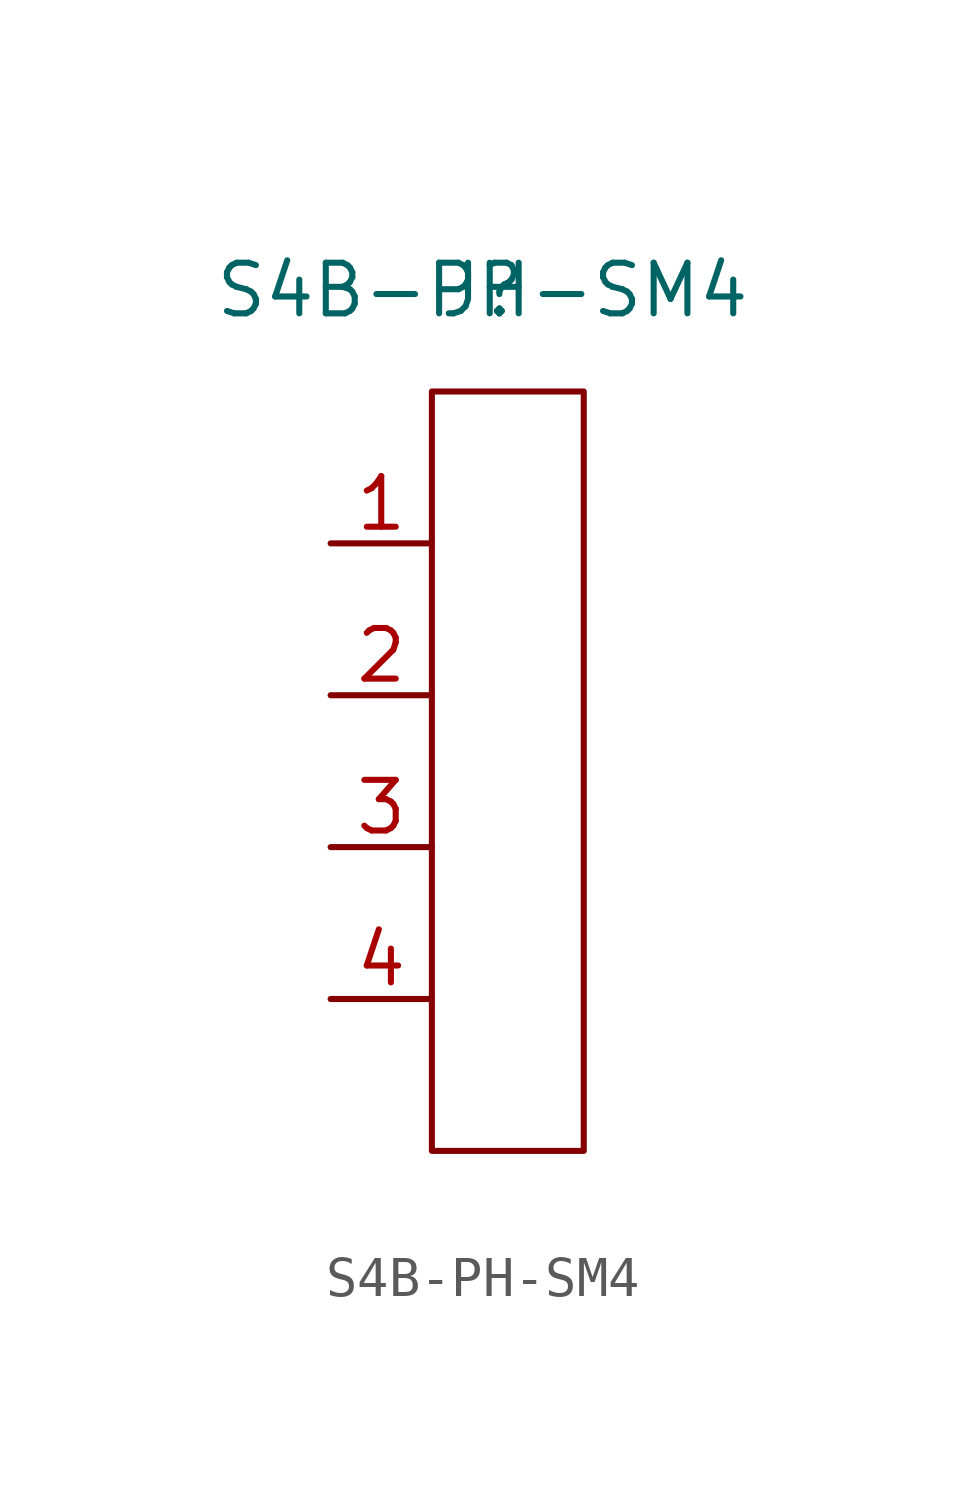
<source format=kicad_sym>
(kicad_symbol_lib
  (version 20211014)
  (generator kicad_symbol_editor)
  (symbol "S4B-PH-SM4"
    (property "Reference" "J"
      (at 0 0 0)
      (effects (font (size 1.27 1.27))))
    (property "Value" "S4B-PH-SM4"
      (at 0 0 0)
      (effects (font (size 1.27 1.27))))
    (symbol "S4B-PH-SM4_0_1"
      (rectangle (start -1.27 -2.54) (end 2.54 -21.59) (stroke (width 0.152) (type default) (color 0 0 0 0)) (fill (type none))))
    (symbol "S4B-PH-SM4_1_1"
      (pin power_out line (at -3.81 -6.35 0) (length 2.54) (name "" (effects (font (size 1.27 1.27)))) (number "1" (effects (font (size 1.27 1.27)))))
      (pin power_out line (at -3.81 -10.16 0) (length 2.54) (name "" (effects (font (size 1.27 1.27)))) (number "2" (effects (font (size 1.27 1.27)))))
      (pin passive line (at -3.81 -13.97 0) (length 2.54) (name "" (effects (font (size 1.27 1.27)))) (number "3" (effects (font (size 1.27 1.27)))))
      (pin passive line (at -3.81 -17.78 0) (length 2.54) (name "" (effects (font (size 1.27 1.27)))) (number "4" (effects (font (size 1.27 1.27))))))))
</source>
